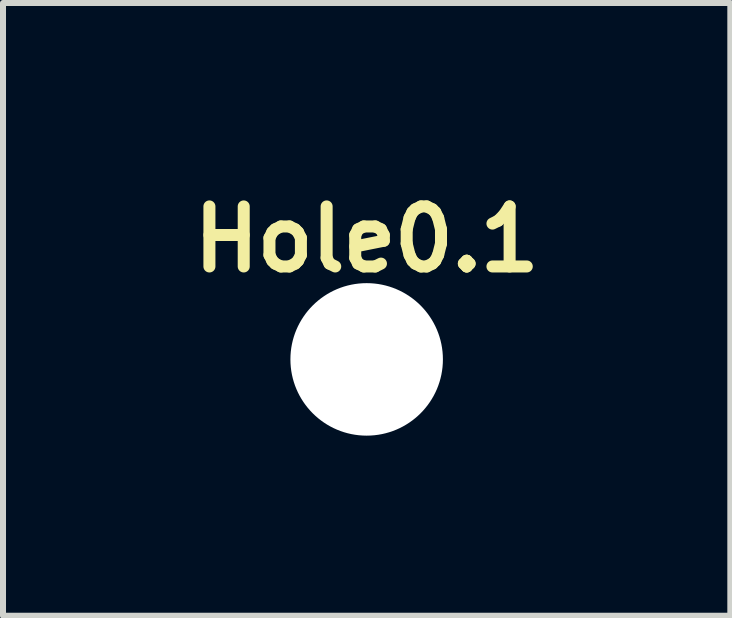
<source format=kicad_pcb>
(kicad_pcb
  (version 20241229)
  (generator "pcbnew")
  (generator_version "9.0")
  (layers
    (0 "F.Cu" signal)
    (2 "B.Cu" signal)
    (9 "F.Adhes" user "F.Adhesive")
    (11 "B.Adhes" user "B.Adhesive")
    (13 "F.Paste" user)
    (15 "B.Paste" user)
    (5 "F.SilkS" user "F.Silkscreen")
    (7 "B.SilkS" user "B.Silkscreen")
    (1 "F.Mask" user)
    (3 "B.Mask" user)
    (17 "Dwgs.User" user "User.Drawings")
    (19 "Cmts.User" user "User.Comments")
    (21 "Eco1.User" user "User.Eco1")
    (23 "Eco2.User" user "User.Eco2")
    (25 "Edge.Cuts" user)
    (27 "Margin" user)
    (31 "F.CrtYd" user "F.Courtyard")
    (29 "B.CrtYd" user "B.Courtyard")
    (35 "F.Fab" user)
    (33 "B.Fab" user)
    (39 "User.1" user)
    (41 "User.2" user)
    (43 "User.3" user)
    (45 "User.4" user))
  (footprint "Hole0.1"
    (layer "F.Cu")
    (at 3.057 2.936)
    (property "Reference" "Hole0.1" (at 0 -2 0) (layer "F.SilkS") (effects (font (size 1 1) (thickness 0.2))))
    (attr through_hole)
    (pad "" np_thru_hole circle (at 0 0) (size 2.54 2.54) (drill 2.54) (layers "*.Cu" "*.Mask")))
  (gr_rect
    (start -3 -3)
    (end 9.114 7.206)
    (stroke (width 0.1) (type default))
    (fill no)
    (layer "Edge.Cuts")))
</source>
